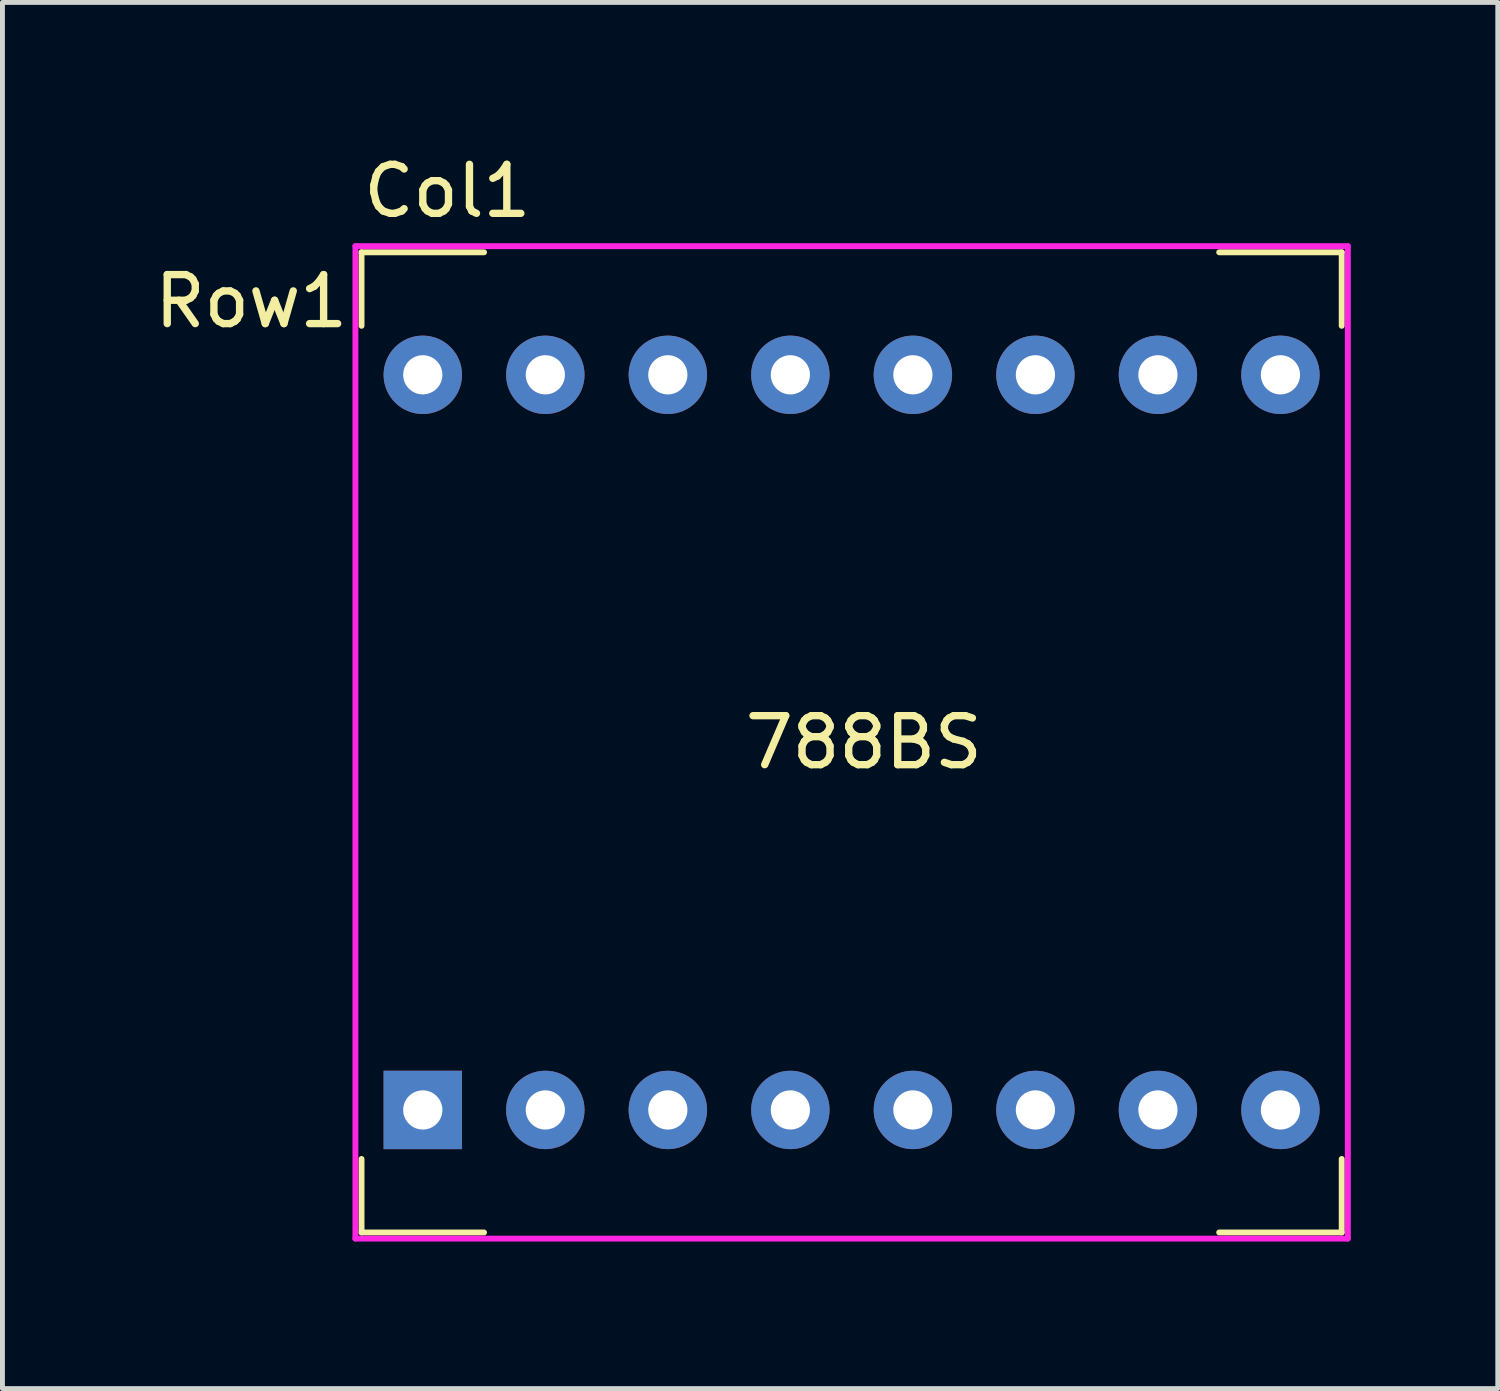
<source format=kicad_pcb>
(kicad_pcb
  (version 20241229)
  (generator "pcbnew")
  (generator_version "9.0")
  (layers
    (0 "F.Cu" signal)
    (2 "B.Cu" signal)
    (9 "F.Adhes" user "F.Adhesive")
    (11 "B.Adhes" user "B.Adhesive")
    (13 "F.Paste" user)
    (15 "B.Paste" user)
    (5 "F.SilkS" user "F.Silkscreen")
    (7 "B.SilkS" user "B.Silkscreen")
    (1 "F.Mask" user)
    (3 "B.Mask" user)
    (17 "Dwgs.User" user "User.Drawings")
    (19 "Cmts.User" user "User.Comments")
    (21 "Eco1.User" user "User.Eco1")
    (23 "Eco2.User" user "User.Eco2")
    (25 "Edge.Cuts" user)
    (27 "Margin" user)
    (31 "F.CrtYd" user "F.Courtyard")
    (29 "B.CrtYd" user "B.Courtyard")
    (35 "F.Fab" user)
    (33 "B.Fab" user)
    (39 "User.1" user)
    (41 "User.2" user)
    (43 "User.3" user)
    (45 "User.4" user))
  (footprint "788BS"
    (layer "F.Cu")
    (at 14.327 12.098)
    (property "Reference" "788BS" (at 0.25 0 0) (layer "F.SilkS") (effects (font (size 1 1) (thickness 0.15))))
    (attr through_hole)
    (fp_line (start -10 -10) (end -10 -8.5) (stroke (width 0.12) (type solid)) (layer "F.SilkS"))
    (fp_line (start -10 -10) (end -7.5 -10) (stroke (width 0.12) (type solid)) (layer "F.SilkS"))
    (fp_line (start -10 10) (end -10 8.5) (stroke (width 0.12) (type solid)) (layer "F.SilkS"))
    (fp_line (start -10 10) (end -7.5 10) (stroke (width 0.12) (type solid)) (layer "F.SilkS"))
    (fp_line (start 10 -10) (end 7.5 -10) (stroke (width 0.12) (type solid)) (layer "F.SilkS"))
    (fp_line (start 10 -10) (end 10 -8.5) (stroke (width 0.12) (type solid)) (layer "F.SilkS"))
    (fp_line (start 10 10) (end 7.5 10) (stroke (width 0.12) (type solid)) (layer "F.SilkS"))
    (fp_line (start 10 10) (end 10 8.5) (stroke (width 0.12) (type solid)) (layer "F.SilkS"))
    (fp_line (start -10.125 -10.125) (end 10.125 -10.125) (stroke (width 0.12) (type solid)) (layer "F.CrtYd"))
    (fp_line (start -10.125 10.125) (end -10.125 -10.125) (stroke (width 0.12) (type solid)) (layer "F.CrtYd"))
    (fp_line (start -10.125 10.125) (end 10.125 10.125) (stroke (width 0.12) (type solid)) (layer "F.CrtYd"))
    (fp_line (start 10.125 -10.125) (end 10.125 10.125) (stroke (width 0.12) (type solid)) (layer "F.CrtYd"))
    (fp_text user "Row1" (at -12.25 -9 0) (layer "F.SilkS") (effects (font (size 1 1) (thickness 0.15))))
    (fp_text user "Col1" (at -8.25 -11.25 0) (layer "F.SilkS") (effects (font (size 1 1) (thickness 0.15))))
    (pad "1" thru_hole rect (at -8.75 7.5) (size 1.6 1.6) (drill 0.8) (layers "*.Cu" "*.Mask"))
    (pad "2" thru_hole circle (at -6.25 7.5) (size 1.6 1.6) (drill 0.8) (layers "*.Cu" "*.Mask"))
    (pad "3" thru_hole circle (at -3.75 7.5) (size 1.6 1.6) (drill 0.8) (layers "*.Cu" "*.Mask"))
    (pad "4" thru_hole circle (at -1.25 7.5) (size 1.6 1.6) (drill 0.8) (layers "*.Cu" "*.Mask"))
    (pad "5" thru_hole circle (at 1.25 7.5) (size 1.6 1.6) (drill 0.8) (layers "*.Cu" "*.Mask"))
    (pad "6" thru_hole circle (at 3.75 7.5) (size 1.6 1.6) (drill 0.8) (layers "*.Cu" "*.Mask"))
    (pad "7" thru_hole circle (at 6.25 7.5) (size 1.6 1.6) (drill 0.8) (layers "*.Cu" "*.Mask"))
    (pad "8" thru_hole circle (at 8.75 7.5) (size 1.6 1.6) (drill 0.8) (layers "*.Cu" "*.Mask"))
    (pad "9" thru_hole circle (at 8.75 -7.5) (size 1.6 1.6) (drill 0.8) (layers "*.Cu" "*.Mask"))
    (pad "10" thru_hole circle (at 6.25 -7.5) (size 1.6 1.6) (drill 0.8) (layers "*.Cu" "*.Mask"))
    (pad "11" thru_hole circle (at 3.75 -7.5) (size 1.6 1.6) (drill 0.8) (layers "*.Cu" "*.Mask"))
    (pad "12" thru_hole circle (at 1.25 -7.5) (size 1.6 1.6) (drill 0.8) (layers "*.Cu" "*.Mask"))
    (pad "13" thru_hole circle (at -1.25 -7.5) (size 1.6 1.6) (drill 0.8) (layers "*.Cu" "*.Mask"))
    (pad "14" thru_hole circle (at -3.75 -7.5) (size 1.6 1.6) (drill 0.8) (layers "*.Cu" "*.Mask"))
    (pad "15" thru_hole circle (at -6.25 -7.5) (size 1.6 1.6) (drill 0.8) (layers "*.Cu" "*.Mask"))
    (pad "16" thru_hole circle (at -8.75 -7.5) (size 1.6 1.6) (drill 0.8) (layers "*.Cu" "*.Mask")))
  (gr_rect
    (start -3 -3)
    (end 27.512 25.283)
    (stroke (width 0.1) (type default))
    (fill no)
    (layer "Edge.Cuts")))
</source>
